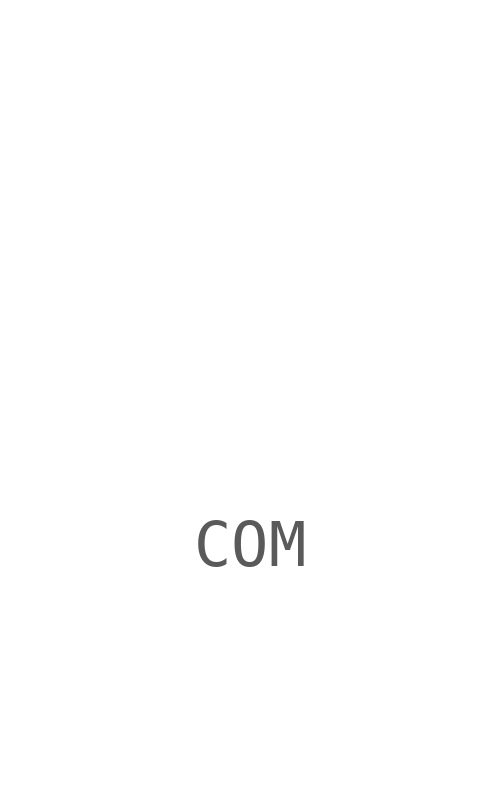
<source format=kicad_sym>
(kicad_symbol_lib
  (version 20211014)
  (generator kicad_symbol_editor)
  (symbol "COM"
    (power)
    (pin_numbers hide)
    (pin_names
      (offset 0.635))
    (property "Reference" "#PWR"
      (at 0 2.54 0)
      (effects (font (size 1.778 1.778)) hide))
    (symbol "COM_1_1"
      (pin power_in inverted (at 0 0 270) (length 5.08) hide (name "COM" (effects (font (size 1.27 1.27)))) (number "1" (effects (font (size 1.27 1.27))))))))
</source>
